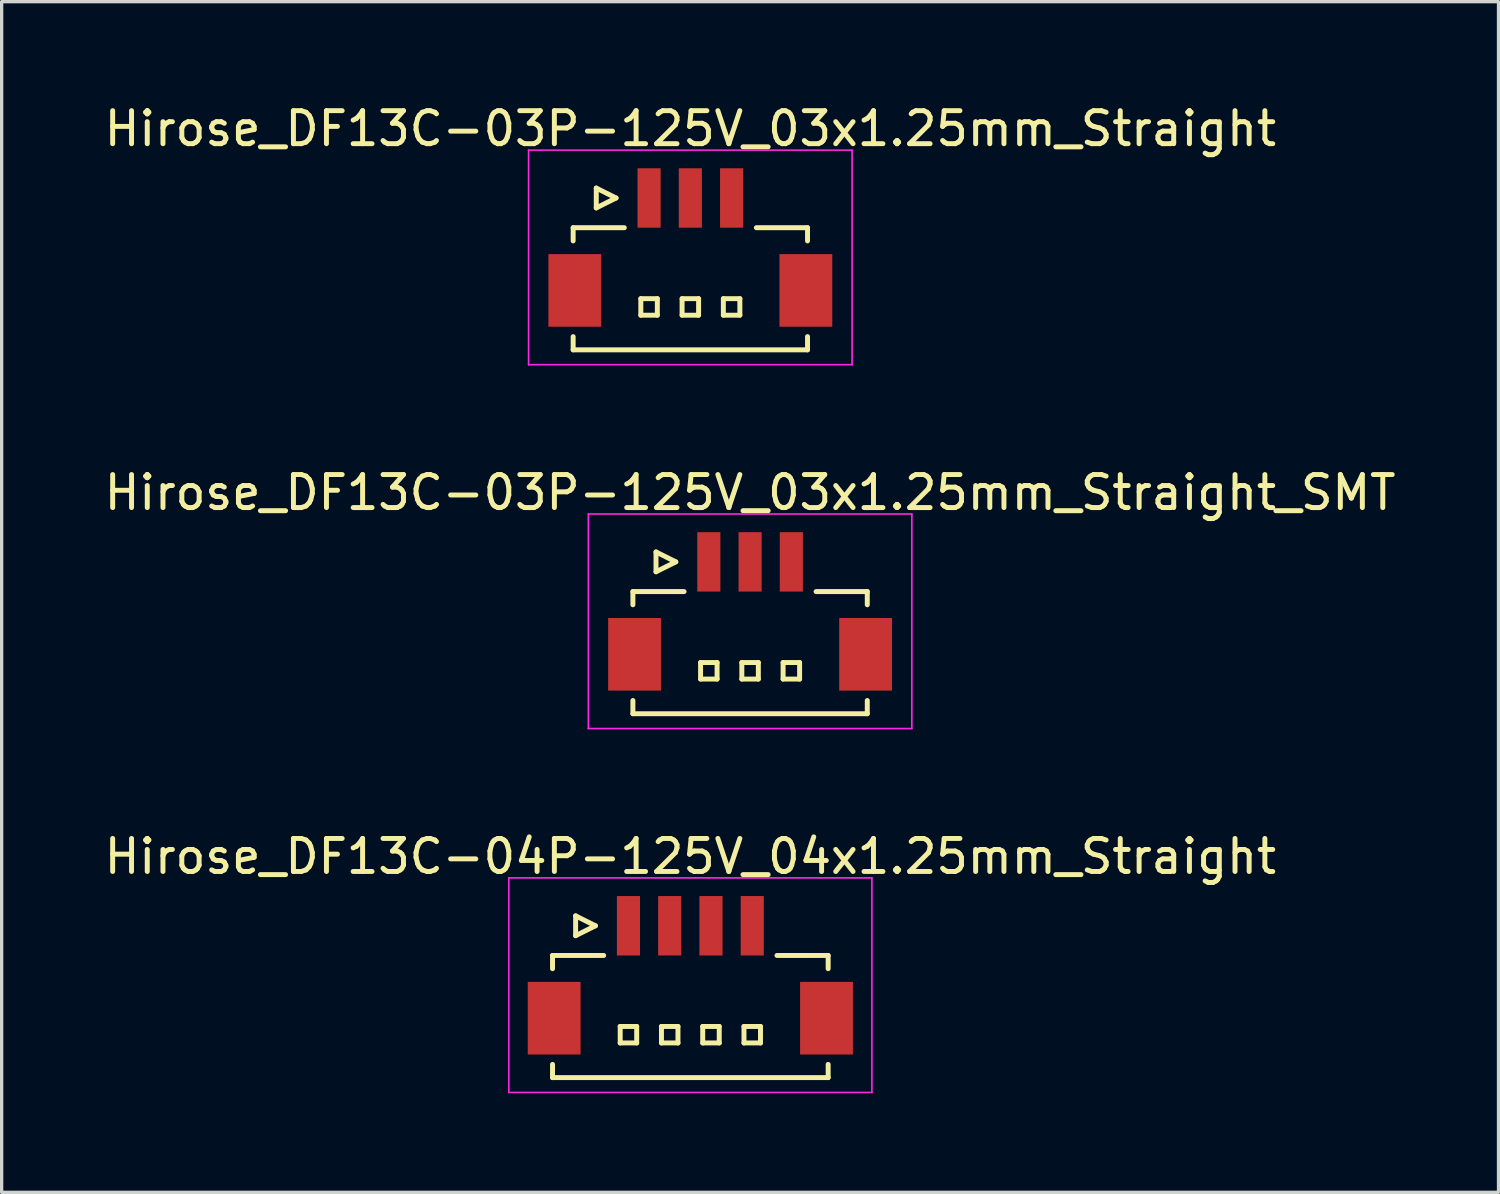
<source format=kicad_pcb>
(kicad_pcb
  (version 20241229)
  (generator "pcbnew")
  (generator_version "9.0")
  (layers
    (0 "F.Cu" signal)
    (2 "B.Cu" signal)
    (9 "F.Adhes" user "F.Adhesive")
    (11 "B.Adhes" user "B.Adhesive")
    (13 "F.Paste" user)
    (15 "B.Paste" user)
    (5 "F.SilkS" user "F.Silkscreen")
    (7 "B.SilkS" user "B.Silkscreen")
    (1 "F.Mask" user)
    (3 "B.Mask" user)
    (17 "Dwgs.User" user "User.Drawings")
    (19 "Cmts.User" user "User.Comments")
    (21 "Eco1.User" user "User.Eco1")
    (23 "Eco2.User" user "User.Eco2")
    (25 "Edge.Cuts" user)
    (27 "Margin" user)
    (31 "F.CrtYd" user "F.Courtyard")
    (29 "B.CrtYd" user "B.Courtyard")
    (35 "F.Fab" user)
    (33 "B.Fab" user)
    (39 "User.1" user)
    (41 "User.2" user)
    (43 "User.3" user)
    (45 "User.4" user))
  (footprint "Hirose_DF13C-03P-125V_03x1.25mm_Straight"
    (layer "F.Cu")
    (at 17.863 4.348)
    (property "Reference" "Hirose_DF13C-03P-125V_03x1.25mm_Straight" (at 0 -3.5 0) (layer "F.SilkS") (effects (font (size 1 1) (thickness 0.15))))
    (attr smd)
    (fp_line (start -3.55 -0.5) (end -3.55 -0.1) (stroke (width 0.15) (type solid)) (layer "F.SilkS"))
    (fp_line (start -3.55 -0.5) (end -2 -0.5) (stroke (width 0.15) (type solid)) (layer "F.SilkS"))
    (fp_line (start -3.55 3.2) (end -3.55 2.8) (stroke (width 0.15) (type solid)) (layer "F.SilkS"))
    (fp_line (start -3.55 3.2) (end 3.55 3.2) (stroke (width 0.15) (type solid)) (layer "F.SilkS"))
    (fp_line (start -2.85 -1.7) (end -2.85 -1.1) (stroke (width 0.15) (type solid)) (layer "F.SilkS"))
    (fp_line (start -2.85 -1.1) (end -2.25 -1.4) (stroke (width 0.15) (type solid)) (layer "F.SilkS"))
    (fp_line (start -2.25 -1.4) (end -2.85 -1.7) (stroke (width 0.15) (type solid)) (layer "F.SilkS"))
    (fp_line (start -1.5 1.65) (end -1.5 2.15) (stroke (width 0.15) (type solid)) (layer "F.SilkS"))
    (fp_line (start -1.5 2.15) (end -1 2.15) (stroke (width 0.15) (type solid)) (layer "F.SilkS"))
    (fp_line (start -1 1.65) (end -1.5 1.65) (stroke (width 0.15) (type solid)) (layer "F.SilkS"))
    (fp_line (start -1 2.15) (end -1 1.65) (stroke (width 0.15) (type solid)) (layer "F.SilkS"))
    (fp_line (start -0.25 1.65) (end -0.25 2.15) (stroke (width 0.15) (type solid)) (layer "F.SilkS"))
    (fp_line (start -0.25 2.15) (end 0.25 2.15) (stroke (width 0.15) (type solid)) (layer "F.SilkS"))
    (fp_line (start 0.25 1.65) (end -0.25 1.65) (stroke (width 0.15) (type solid)) (layer "F.SilkS"))
    (fp_line (start 0.25 2.15) (end 0.25 1.65) (stroke (width 0.15) (type solid)) (layer "F.SilkS"))
    (fp_line (start 1 1.65) (end 1 2.15) (stroke (width 0.15) (type solid)) (layer "F.SilkS"))
    (fp_line (start 1 2.15) (end 1.5 2.15) (stroke (width 0.15) (type solid)) (layer "F.SilkS"))
    (fp_line (start 1.5 1.65) (end 1 1.65) (stroke (width 0.15) (type solid)) (layer "F.SilkS"))
    (fp_line (start 1.5 2.15) (end 1.5 1.65) (stroke (width 0.15) (type solid)) (layer "F.SilkS"))
    (fp_line (start 3.55 -0.5) (end 2 -0.5) (stroke (width 0.15) (type solid)) (layer "F.SilkS"))
    (fp_line (start 3.55 -0.5) (end 3.55 -0.1) (stroke (width 0.15) (type solid)) (layer "F.SilkS"))
    (fp_line (start 3.55 3.2) (end 3.55 2.8) (stroke (width 0.15) (type solid)) (layer "F.SilkS"))
    (fp_line (start -4.9 -2.85) (end -4.9 3.65) (stroke (width 0.05) (type solid)) (layer "F.CrtYd"))
    (fp_line (start -4.9 3.65) (end 4.9 3.65) (stroke (width 0.05) (type solid)) (layer "F.CrtYd"))
    (fp_line (start 4.9 -2.85) (end -4.9 -2.85) (stroke (width 0.05) (type solid)) (layer "F.CrtYd"))
    (fp_line (start 4.9 3.65) (end 4.9 -2.85) (stroke (width 0.05) (type solid)) (layer "F.CrtYd"))
    (pad "" smd rect (at -3.5 1.4) (size 1.6 2.2) (layers "F.Cu" "F.Mask" "F.Paste"))
    (pad "" smd rect (at 3.5 1.4) (size 1.6 2.2) (layers "F.Cu" "F.Mask" "F.Paste"))
    (pad "1" smd rect (at -1.25 -1.4) (size 0.7 1.8) (layers "F.Cu" "F.Mask" "F.Paste"))
    (pad "2" smd rect (at 0 -1.4) (size 0.7 1.8) (layers "F.Cu" "F.Mask" "F.Paste"))
    (pad "3" smd rect (at 1.25 -1.4) (size 0.7 1.8) (layers "F.Cu" "F.Mask" "F.Paste")))
  (footprint "Hirose_DF13C-03P-125V_03x1.25mm_Straight_SMT"
    (layer "F.Cu")
    (at 19.673 15.371)
    (property "Reference" "Hirose_DF13C-03P-125V_03x1.25mm_Straight_SMT" (at 0 -3.5 0) (layer "F.SilkS") (effects (font (size 1 1) (thickness 0.15))))
    (attr smd)
    (fp_line (start -3.55 -0.5) (end -3.55 -0.1) (stroke (width 0.15) (type solid)) (layer "F.SilkS"))
    (fp_line (start -3.55 -0.5) (end -2 -0.5) (stroke (width 0.15) (type solid)) (layer "F.SilkS"))
    (fp_line (start -3.55 3.2) (end -3.55 2.8) (stroke (width 0.15) (type solid)) (layer "F.SilkS"))
    (fp_line (start -3.55 3.2) (end 3.55 3.2) (stroke (width 0.15) (type solid)) (layer "F.SilkS"))
    (fp_line (start -2.85 -1.7) (end -2.85 -1.1) (stroke (width 0.15) (type solid)) (layer "F.SilkS"))
    (fp_line (start -2.85 -1.1) (end -2.25 -1.4) (stroke (width 0.15) (type solid)) (layer "F.SilkS"))
    (fp_line (start -2.25 -1.4) (end -2.85 -1.7) (stroke (width 0.15) (type solid)) (layer "F.SilkS"))
    (fp_line (start -1.5 1.65) (end -1.5 2.15) (stroke (width 0.15) (type solid)) (layer "F.SilkS"))
    (fp_line (start -1.5 2.15) (end -1 2.15) (stroke (width 0.15) (type solid)) (layer "F.SilkS"))
    (fp_line (start -1 1.65) (end -1.5 1.65) (stroke (width 0.15) (type solid)) (layer "F.SilkS"))
    (fp_line (start -1 2.15) (end -1 1.65) (stroke (width 0.15) (type solid)) (layer "F.SilkS"))
    (fp_line (start -0.25 1.65) (end -0.25 2.15) (stroke (width 0.15) (type solid)) (layer "F.SilkS"))
    (fp_line (start -0.25 2.15) (end 0.25 2.15) (stroke (width 0.15) (type solid)) (layer "F.SilkS"))
    (fp_line (start 0.25 1.65) (end -0.25 1.65) (stroke (width 0.15) (type solid)) (layer "F.SilkS"))
    (fp_line (start 0.25 2.15) (end 0.25 1.65) (stroke (width 0.15) (type solid)) (layer "F.SilkS"))
    (fp_line (start 1 1.65) (end 1 2.15) (stroke (width 0.15) (type solid)) (layer "F.SilkS"))
    (fp_line (start 1 2.15) (end 1.5 2.15) (stroke (width 0.15) (type solid)) (layer "F.SilkS"))
    (fp_line (start 1.5 1.65) (end 1 1.65) (stroke (width 0.15) (type solid)) (layer "F.SilkS"))
    (fp_line (start 1.5 2.15) (end 1.5 1.65) (stroke (width 0.15) (type solid)) (layer "F.SilkS"))
    (fp_line (start 3.55 -0.5) (end 2 -0.5) (stroke (width 0.15) (type solid)) (layer "F.SilkS"))
    (fp_line (start 3.55 -0.5) (end 3.55 -0.1) (stroke (width 0.15) (type solid)) (layer "F.SilkS"))
    (fp_line (start 3.55 3.2) (end 3.55 2.8) (stroke (width 0.15) (type solid)) (layer "F.SilkS"))
    (fp_line (start -4.9 -2.85) (end -4.9 3.65) (stroke (width 0.05) (type solid)) (layer "F.CrtYd"))
    (fp_line (start -4.9 3.65) (end 4.9 3.65) (stroke (width 0.05) (type solid)) (layer "F.CrtYd"))
    (fp_line (start 4.9 -2.85) (end -4.9 -2.85) (stroke (width 0.05) (type solid)) (layer "F.CrtYd"))
    (fp_line (start 4.9 3.65) (end 4.9 -2.85) (stroke (width 0.05) (type solid)) (layer "F.CrtYd"))
    (pad "" smd rect (at -3.5 1.4) (size 1.6 2.2) (layers "F.Cu" "F.Mask" "F.Paste"))
    (pad "" smd rect (at 3.5 1.4) (size 1.6 2.2) (layers "F.Cu" "F.Mask" "F.Paste"))
    (pad "1" smd rect (at -1.25 -1.4) (size 0.7 1.8) (layers "F.Cu" "F.Mask" "F.Paste"))
    (pad "2" smd rect (at 0 -1.4) (size 0.7 1.8) (layers "F.Cu" "F.Mask" "F.Paste"))
    (pad "3" smd rect (at 1.25 -1.4) (size 0.7 1.8) (layers "F.Cu" "F.Mask" "F.Paste")))
  (footprint "Hirose_DF13C-04P-125V_04x1.25mm_Straight"
    (layer "F.Cu")
    (at 17.863 26.395)
    (property "Reference" "Hirose_DF13C-04P-125V_04x1.25mm_Straight" (at 0 -3.5 0) (layer "F.SilkS") (effects (font (size 1 1) (thickness 0.15))))
    (attr smd)
    (fp_line (start -4.175 -0.5) (end -4.175 -0.1) (stroke (width 0.15) (type solid)) (layer "F.SilkS"))
    (fp_line (start -4.175 -0.5) (end -2.625 -0.5) (stroke (width 0.15) (type solid)) (layer "F.SilkS"))
    (fp_line (start -4.175 3.2) (end -4.175 2.8) (stroke (width 0.15) (type solid)) (layer "F.SilkS"))
    (fp_line (start -4.175 3.2) (end 4.175 3.2) (stroke (width 0.15) (type solid)) (layer "F.SilkS"))
    (fp_line (start -3.475 -1.7) (end -3.475 -1.1) (stroke (width 0.15) (type solid)) (layer "F.SilkS"))
    (fp_line (start -3.475 -1.1) (end -2.875 -1.4) (stroke (width 0.15) (type solid)) (layer "F.SilkS"))
    (fp_line (start -2.875 -1.4) (end -3.475 -1.7) (stroke (width 0.15) (type solid)) (layer "F.SilkS"))
    (fp_line (start -2.125 1.65) (end -2.125 2.15) (stroke (width 0.15) (type solid)) (layer "F.SilkS"))
    (fp_line (start -2.125 2.15) (end -1.625 2.15) (stroke (width 0.15) (type solid)) (layer "F.SilkS"))
    (fp_line (start -1.625 1.65) (end -2.125 1.65) (stroke (width 0.15) (type solid)) (layer "F.SilkS"))
    (fp_line (start -1.625 2.15) (end -1.625 1.65) (stroke (width 0.15) (type solid)) (layer "F.SilkS"))
    (fp_line (start -0.875 1.65) (end -0.875 2.15) (stroke (width 0.15) (type solid)) (layer "F.SilkS"))
    (fp_line (start -0.875 2.15) (end -0.375 2.15) (stroke (width 0.15) (type solid)) (layer "F.SilkS"))
    (fp_line (start -0.375 1.65) (end -0.875 1.65) (stroke (width 0.15) (type solid)) (layer "F.SilkS"))
    (fp_line (start -0.375 2.15) (end -0.375 1.65) (stroke (width 0.15) (type solid)) (layer "F.SilkS"))
    (fp_line (start 0.375 1.65) (end 0.375 2.15) (stroke (width 0.15) (type solid)) (layer "F.SilkS"))
    (fp_line (start 0.375 2.15) (end 0.875 2.15) (stroke (width 0.15) (type solid)) (layer "F.SilkS"))
    (fp_line (start 0.875 1.65) (end 0.375 1.65) (stroke (width 0.15) (type solid)) (layer "F.SilkS"))
    (fp_line (start 0.875 2.15) (end 0.875 1.65) (stroke (width 0.15) (type solid)) (layer "F.SilkS"))
    (fp_line (start 1.625 1.65) (end 1.625 2.15) (stroke (width 0.15) (type solid)) (layer "F.SilkS"))
    (fp_line (start 1.625 2.15) (end 2.125 2.15) (stroke (width 0.15) (type solid)) (layer "F.SilkS"))
    (fp_line (start 2.125 1.65) (end 1.625 1.65) (stroke (width 0.15) (type solid)) (layer "F.SilkS"))
    (fp_line (start 2.125 2.15) (end 2.125 1.65) (stroke (width 0.15) (type solid)) (layer "F.SilkS"))
    (fp_line (start 4.175 -0.5) (end 2.625 -0.5) (stroke (width 0.15) (type solid)) (layer "F.SilkS"))
    (fp_line (start 4.175 -0.5) (end 4.175 -0.1) (stroke (width 0.15) (type solid)) (layer "F.SilkS"))
    (fp_line (start 4.175 3.2) (end 4.175 2.8) (stroke (width 0.15) (type solid)) (layer "F.SilkS"))
    (fp_line (start -5.5 -2.85) (end -5.5 3.65) (stroke (width 0.05) (type solid)) (layer "F.CrtYd"))
    (fp_line (start -5.5 3.65) (end 5.5 3.65) (stroke (width 0.05) (type solid)) (layer "F.CrtYd"))
    (fp_line (start 5.5 -2.85) (end -5.5 -2.85) (stroke (width 0.05) (type solid)) (layer "F.CrtYd"))
    (fp_line (start 5.5 3.65) (end 5.5 -2.85) (stroke (width 0.05) (type solid)) (layer "F.CrtYd"))
    (pad "" smd rect (at -4.125 1.4) (size 1.6 2.2) (layers "F.Cu" "F.Mask" "F.Paste"))
    (pad "" smd rect (at 4.125 1.4) (size 1.6 2.2) (layers "F.Cu" "F.Mask" "F.Paste"))
    (pad "1" smd rect (at -1.875 -1.4) (size 0.7 1.8) (layers "F.Cu" "F.Mask" "F.Paste"))
    (pad "2" smd rect (at -0.625 -1.4) (size 0.7 1.8) (layers "F.Cu" "F.Mask" "F.Paste"))
    (pad "3" smd rect (at 0.625 -1.4) (size 0.7 1.8) (layers "F.Cu" "F.Mask" "F.Paste"))
    (pad "4" smd rect (at 1.875 -1.4) (size 0.7 1.8) (layers "F.Cu" "F.Mask" "F.Paste")))
  (gr_rect
    (start -3 -3)
    (end 42.345 33.07)
    (stroke (width 0.1) (type default))
    (fill no)
    (layer "Edge.Cuts")))
</source>
